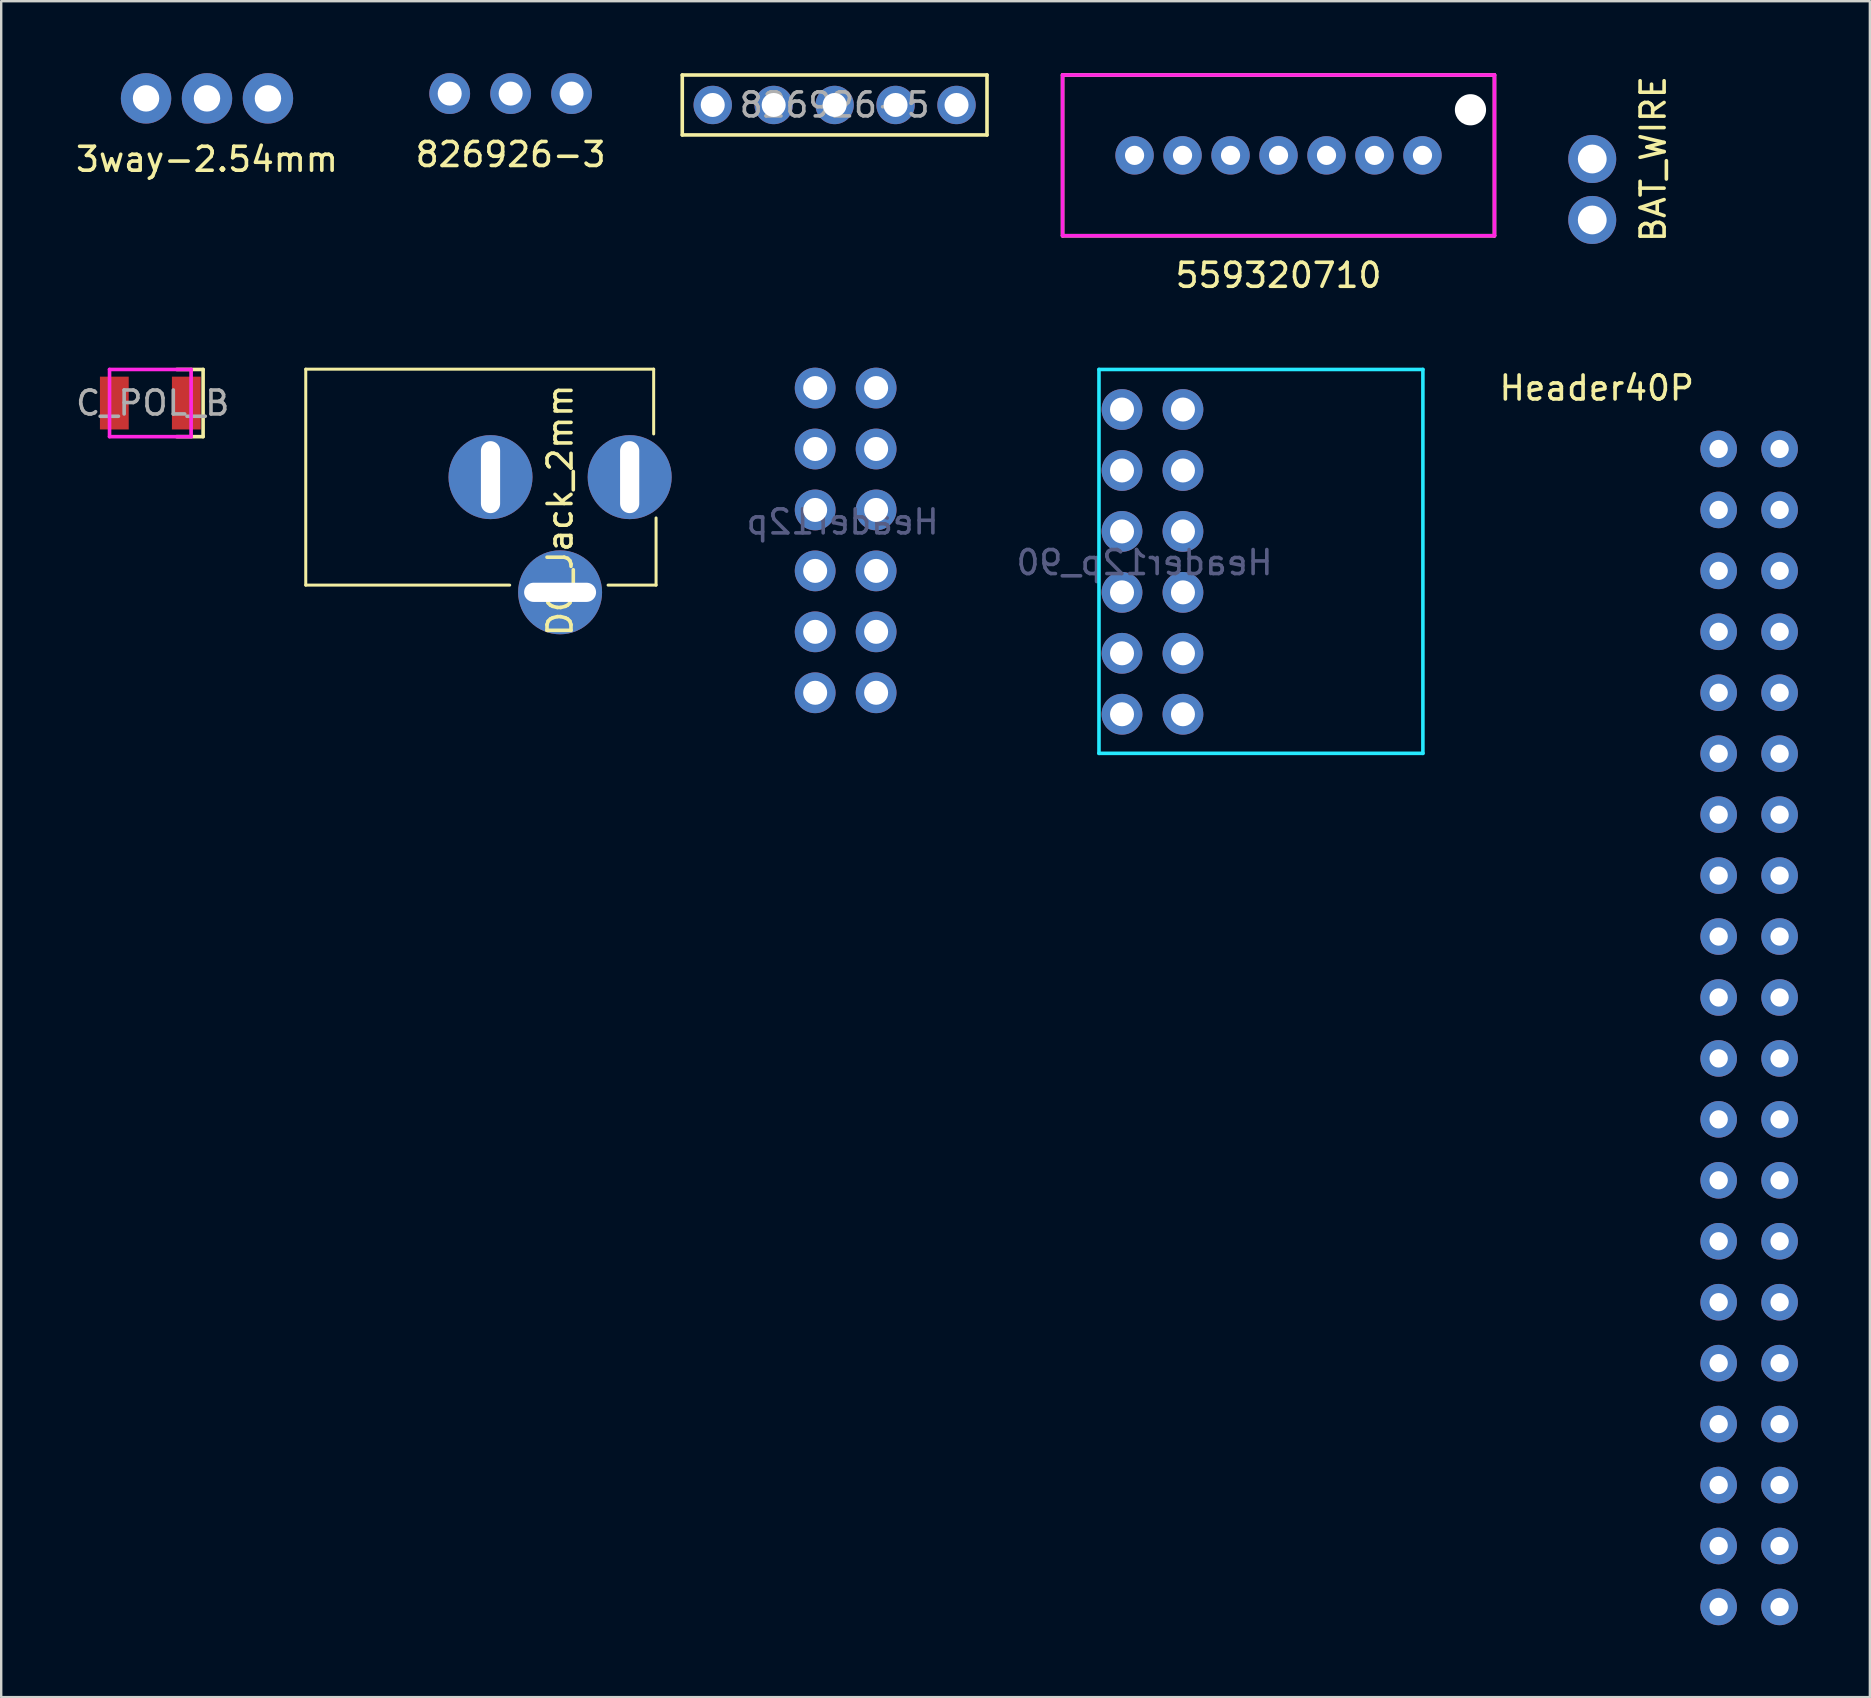
<source format=kicad_pcb>
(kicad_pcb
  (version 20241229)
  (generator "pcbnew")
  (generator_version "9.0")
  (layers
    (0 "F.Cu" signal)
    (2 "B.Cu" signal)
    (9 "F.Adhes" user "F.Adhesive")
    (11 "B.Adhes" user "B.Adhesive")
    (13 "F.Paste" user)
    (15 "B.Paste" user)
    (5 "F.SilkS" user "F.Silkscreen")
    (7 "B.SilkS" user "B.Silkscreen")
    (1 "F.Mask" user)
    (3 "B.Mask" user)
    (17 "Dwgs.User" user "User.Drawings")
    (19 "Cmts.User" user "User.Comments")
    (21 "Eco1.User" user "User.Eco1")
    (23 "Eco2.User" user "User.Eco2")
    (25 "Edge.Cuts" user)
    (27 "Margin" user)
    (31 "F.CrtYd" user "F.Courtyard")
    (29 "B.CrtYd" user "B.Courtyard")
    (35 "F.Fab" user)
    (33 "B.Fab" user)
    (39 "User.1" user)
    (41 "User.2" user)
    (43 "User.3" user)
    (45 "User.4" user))
  (footprint "826926-5"
    (layer "F.Cu")
    (at 31.735 1.325)
    (property "Reference" "826926-5" (at 0 0 0) (layer "F.Fab") (effects (font (size 1 1) (thickness 0.15))))
    (attr through_hole)
    (fp_line (start -6.35 -1.25) (end -6.35 1.25) (stroke (width 0.15) (type solid)) (layer "F.SilkS"))
    (fp_line (start -6.35 -1.25) (end 6.35 -1.25) (stroke (width 0.15) (type solid)) (layer "F.SilkS"))
    (fp_line (start -6.35 1.25) (end 6.35 1.25) (stroke (width 0.15) (type solid)) (layer "F.SilkS"))
    (fp_line (start 6.35 -1.25) (end 6.35 1.25) (stroke (width 0.15) (type solid)) (layer "F.SilkS"))
    (pad "1" thru_hole circle (at -5.08 0) (size 1.6 1.6) (drill 1) (layers "*.Cu" "*.Mask"))
    (pad "2" thru_hole circle (at -2.54 0) (size 1.6 1.6) (drill 1) (layers "*.Cu" "*.Mask"))
    (pad "3" thru_hole circle (at 0 0) (size 1.6 1.6) (drill 1) (layers "*.Cu" "*.Mask"))
    (pad "4" thru_hole circle (at 2.54 0) (size 1.6 1.6) (drill 1) (layers "*.Cu" "*.Mask"))
    (pad "5" thru_hole circle (at 5.08 0) (size 1.6 1.6) (drill 1) (layers "*.Cu" "*.Mask")))
  (footprint "559320710"
    (layer "F.Cu")
    (at 50.235 3.425)
    (property "Reference" "559320710" (at 0 5 0) (layer "F.SilkS") (effects (font (size 1 1) (thickness 0.15))))
    (attr through_hole)
    (fp_line (start -9 -3.35) (end 9 -3.35) (stroke (width 0.15) (type solid)) (layer "F.SilkS"))
    (fp_line (start -9 3.35) (end -9 -3.35) (stroke (width 0.15) (type solid)) (layer "F.SilkS"))
    (fp_line (start -9 3.35) (end 9 3.35) (stroke (width 0.15) (type solid)) (layer "F.SilkS"))
    (fp_line (start 9 3.35) (end 9 -3.35) (stroke (width 0.15) (type solid)) (layer "F.SilkS"))
    (fp_line (start -9 -3.35) (end 9 -3.35) (stroke (width 0.15) (type solid)) (layer "F.CrtYd"))
    (fp_line (start -9 3.35) (end -9 -3.35) (stroke (width 0.15) (type solid)) (layer "F.CrtYd"))
    (fp_line (start -9 3.35) (end 9 3.35) (stroke (width 0.15) (type solid)) (layer "F.CrtYd"))
    (fp_line (start 9 3.35) (end 9 -3.35) (stroke (width 0.15) (type solid)) (layer "F.CrtYd"))
    (pad "" np_thru_hole circle (at 8 -1.9) (size 1.3 1.3) (drill 1.3) (layers "*.Cu" "*.Mask"))
    (pad "1" thru_hole circle (at -6 0) (size 1.6 1.6) (drill 0.8) (layers "*.Cu" "*.Mask"))
    (pad "2" thru_hole circle (at -4 0) (size 1.6 1.6) (drill 0.8) (layers "*.Cu" "*.Mask"))
    (pad "3" thru_hole circle (at -2 0) (size 1.6 1.6) (drill 0.8) (layers "*.Cu" "*.Mask"))
    (pad "4" thru_hole circle (at 0 0) (size 1.6 1.6) (drill 0.8) (layers "*.Cu" "*.Mask"))
    (pad "5" thru_hole circle (at 2 0) (size 1.6 1.6) (drill 0.8) (layers "*.Cu" "*.Mask"))
    (pad "6" thru_hole circle (at 4 0) (size 1.6 1.6) (drill 0.8) (layers "*.Cu" "*.Mask"))
    (pad "7" thru_hole circle (at 6 0) (size 1.6 1.6) (drill 0.8) (layers "*.Cu" "*.Mask")))
  (footprint "C_POL_B"
    (layer "F.Cu")
    (at 3.215 13.748)
    (property "Reference" "C_POL_B" (at 0.1 0 0) (layer "F.Fab") (effects (font (size 1 1) (thickness 0.15))))
    (attr through_hole)
    (fp_line (start 1.1 -1.4) (end 2.2 -1.4) (stroke (width 0.15) (type solid)) (layer "F.SilkS"))
    (fp_line (start 2.2 -1.4) (end 2.2 1.4) (stroke (width 0.15) (type solid)) (layer "F.SilkS"))
    (fp_line (start 2.2 1.4) (end 1.1 1.4) (stroke (width 0.15) (type solid)) (layer "F.SilkS"))
    (fp_line (start -1.7 -1.4) (end 1.7 -1.4) (stroke (width 0.15) (type solid)) (layer "F.CrtYd"))
    (fp_line (start -1.7 1.4) (end -1.7 -1.4) (stroke (width 0.15) (type solid)) (layer "F.CrtYd"))
    (fp_line (start 1.7 -1.4) (end 1.7 1.4) (stroke (width 0.15) (type solid)) (layer "F.CrtYd"))
    (fp_line (start 1.7 1.4) (end -1.7 1.4) (stroke (width 0.15) (type solid)) (layer "F.CrtYd"))
    (fp_line (start -1.7 -1.4) (end 1.7 -1.4) (stroke (width 0.1) (type solid)) (layer "F.Fab"))
    (fp_line (start -1.7 1.4) (end -1.7 -1.4) (stroke (width 0.1) (type solid)) (layer "F.Fab"))
    (fp_line (start 1.7 -1.4) (end 1.7 1.4) (stroke (width 0.1) (type solid)) (layer "F.Fab"))
    (fp_line (start 1.7 1.4) (end -1.7 1.4) (stroke (width 0.1) (type solid)) (layer "F.Fab"))
    (pad "1" smd rect (at 1.5 0) (size 1.2 2.2) (layers "F.Cu" "F.Mask" "F.Paste"))
    (pad "2" smd rect (at -1.5 0) (size 1.2 2.2) (layers "F.Cu" "F.Mask" "F.Paste")))
  (footprint "BAT_WIRE"
    (layer "F.Cu")
    (at 63.475 5.076)
    (property "Reference" "BAT_WIRE" (at 2.375 -1.499 90) (layer "F.SilkS") (effects (font (size 1 1) (thickness 0.15))))
    (attr through_hole)
    (pad "1" thru_hole circle (at -0.165 -1.499) (size 2 2) (drill 1.2) (layers "*.Cu" "*.Mask"))
    (pad "2" thru_hole circle (at -0.165 1.041) (size 2 2) (drill 1.2) (layers "*.Cu" "*.Mask")))
  (footprint "3way-2.54mm"
    (layer "F.Cu")
    (at 5.577 1.05)
    (property "Reference" "3way-2.54mm" (at 0 2.54 0) (layer "F.SilkS") (effects (font (size 1 1) (thickness 0.15))))
    (attr through_hole)
    (pad "1" thru_hole circle (at -2.54 0) (size 2.1 2.1) (drill 1.1) (layers "*.Cu" "*.Mask"))
    (pad "2" thru_hole circle (at 0 0) (size 2.1 2.1) (drill 1.1) (layers "*.Cu" "*.Mask"))
    (pad "3" thru_hole circle (at 2.54 0) (size 2.1 2.1) (drill 1.1) (layers "*.Cu" "*.Mask")))
  (footprint "826926-3"
    (layer "F.Cu")
    (at 18.232 0.85)
    (property "Reference" "826926-3" (at 0 2.54 0) (layer "F.SilkS") (effects (font (size 1 1) (thickness 0.15))))
    (attr through_hole)
    (pad "1" thru_hole circle (at -2.54 0) (size 1.7 1.7) (drill 1) (layers "*.Cu" "*.Mask"))
    (pad "2" thru_hole circle (at 0 0) (size 1.7 1.7) (drill 1) (layers "*.Cu" "*.Mask"))
    (pad "3" thru_hole circle (at 2.54 0) (size 1.7 1.7) (drill 1) (layers "*.Cu" "*.Mask")))
  (footprint "Header40P"
    (layer "F.Cu")
    (at 68.579 15.662)
    (property "Reference" "Header40P" (at -5.08 -2.54 0) (layer "F.SilkS") (effects (font (size 1 1) (thickness 0.15))))
    (attr through_hole)
    (pad "1" thru_hole circle (at 0 0) (size 1.524 1.524) (drill 0.762) (layers "*.Cu" "*.Mask"))
    (pad "2" thru_hole circle (at 2.54 0) (size 1.524 1.524) (drill 0.762) (layers "*.Cu" "*.Mask"))
    (pad "3" thru_hole circle (at 0 2.54) (size 1.524 1.524) (drill 0.762) (layers "*.Cu" "*.Mask"))
    (pad "4" thru_hole circle (at 2.54 2.54) (size 1.524 1.524) (drill 0.762) (layers "*.Cu" "*.Mask"))
    (pad "5" thru_hole circle (at 0 5.08) (size 1.524 1.524) (drill 0.762) (layers "*.Cu" "*.Mask"))
    (pad "6" thru_hole circle (at 2.54 5.08) (size 1.524 1.524) (drill 0.762) (layers "*.Cu" "*.Mask"))
    (pad "7" thru_hole circle (at 0 7.62) (size 1.524 1.524) (drill 0.762) (layers "*.Cu" "*.Mask"))
    (pad "8" thru_hole circle (at 2.54 7.62) (size 1.524 1.524) (drill 0.762) (layers "*.Cu" "*.Mask"))
    (pad "9" thru_hole circle (at 0 10.16) (size 1.524 1.524) (drill 0.762) (layers "*.Cu" "*.Mask"))
    (pad "10" thru_hole circle (at 2.54 10.16) (size 1.524 1.524) (drill 0.762) (layers "*.Cu" "*.Mask"))
    (pad "11" thru_hole circle (at 0 12.7) (size 1.524 1.524) (drill 0.762) (layers "*.Cu" "*.Mask"))
    (pad "12" thru_hole circle (at 2.54 12.7) (size 1.524 1.524) (drill 0.762) (layers "*.Cu" "*.Mask"))
    (pad "13" thru_hole circle (at 0 15.24) (size 1.524 1.524) (drill 0.762) (layers "*.Cu" "*.Mask"))
    (pad "14" thru_hole circle (at 2.54 15.24) (size 1.524 1.524) (drill 0.762) (layers "*.Cu" "*.Mask"))
    (pad "15" thru_hole circle (at 0 17.78) (size 1.524 1.524) (drill 0.762) (layers "*.Cu" "*.Mask"))
    (pad "16" thru_hole circle (at 2.54 17.78) (size 1.524 1.524) (drill 0.762) (layers "*.Cu" "*.Mask"))
    (pad "17" thru_hole circle (at 0 20.32) (size 1.524 1.524) (drill 0.762) (layers "*.Cu" "*.Mask"))
    (pad "18" thru_hole circle (at 2.54 20.32) (size 1.524 1.524) (drill 0.762) (layers "*.Cu" "*.Mask"))
    (pad "19" thru_hole circle (at 0 22.86) (size 1.524 1.524) (drill 0.762) (layers "*.Cu" "*.Mask"))
    (pad "20" thru_hole circle (at 2.54 22.86) (size 1.524 1.524) (drill 0.762) (layers "*.Cu" "*.Mask"))
    (pad "21" thru_hole circle (at 0 25.4) (size 1.524 1.524) (drill 0.762) (layers "*.Cu" "*.Mask"))
    (pad "22" thru_hole circle (at 2.54 25.4) (size 1.524 1.524) (drill 0.762) (layers "*.Cu" "*.Mask"))
    (pad "23" thru_hole circle (at 0 27.94) (size 1.524 1.524) (drill 0.762) (layers "*.Cu" "*.Mask"))
    (pad "24" thru_hole circle (at 2.54 27.94) (size 1.524 1.524) (drill 0.762) (layers "*.Cu" "*.Mask"))
    (pad "25" thru_hole circle (at 0 30.48) (size 1.524 1.524) (drill 0.762) (layers "*.Cu" "*.Mask"))
    (pad "26" thru_hole circle (at 2.54 30.48) (size 1.524 1.524) (drill 0.762) (layers "*.Cu" "*.Mask"))
    (pad "27" thru_hole circle (at 0 33.02) (size 1.524 1.524) (drill 0.762) (layers "*.Cu" "*.Mask"))
    (pad "28" thru_hole circle (at 2.54 33.02) (size 1.524 1.524) (drill 0.762) (layers "*.Cu" "*.Mask"))
    (pad "29" thru_hole circle (at 0 35.56) (size 1.524 1.524) (drill 0.762) (layers "*.Cu" "*.Mask"))
    (pad "30" thru_hole circle (at 2.54 35.56) (size 1.524 1.524) (drill 0.762) (layers "*.Cu" "*.Mask"))
    (pad "31" thru_hole circle (at 0 38.1) (size 1.524 1.524) (drill 0.762) (layers "*.Cu" "*.Mask"))
    (pad "32" thru_hole circle (at 2.54 38.1) (size 1.524 1.524) (drill 0.762) (layers "*.Cu" "*.Mask"))
    (pad "33" thru_hole circle (at 0 40.64) (size 1.524 1.524) (drill 0.762) (layers "*.Cu" "*.Mask"))
    (pad "34" thru_hole circle (at 2.54 40.64) (size 1.524 1.524) (drill 0.762) (layers "*.Cu" "*.Mask"))
    (pad "35" thru_hole circle (at 0 43.18) (size 1.524 1.524) (drill 0.762) (layers "*.Cu" "*.Mask"))
    (pad "36" thru_hole circle (at 2.54 43.18) (size 1.524 1.524) (drill 0.762) (layers "*.Cu" "*.Mask"))
    (pad "37" thru_hole circle (at 0 45.72) (size 1.524 1.524) (drill 0.762) (layers "*.Cu" "*.Mask"))
    (pad "38" thru_hole circle (at 2.54 45.72) (size 1.524 1.524) (drill 0.762) (layers "*.Cu" "*.Mask"))
    (pad "39" thru_hole circle (at 0 48.26) (size 1.524 1.524) (drill 0.762) (layers "*.Cu" "*.Mask"))
    (pad "40" thru_hole circle (at 2.54 48.26) (size 1.524 1.524) (drill 0.762) (layers "*.Cu" "*.Mask")))
  (footprint "Header12p_90"
    (layer "F.Cu")
    (at 46.252 19.098)
    (property "Reference" "Header12p_90" (at -1.6 1.3 0) (layer "B.Fab") (effects (font (size 1 1) (thickness 0.15)) (justify mirror)))
    (attr through_hole)
    (fp_line (start -3.5 -6.75) (end 10 -6.75) (stroke (width 0.15) (type solid)) (layer "B.CrtYd"))
    (fp_line (start -3.5 9.25) (end -3.5 -6.75) (stroke (width 0.15) (type solid)) (layer "B.CrtYd"))
    (fp_line (start 10 -6.75) (end 10 9.25) (stroke (width 0.15) (type solid)) (layer "B.CrtYd"))
    (fp_line (start 10 9.25) (end -3.5 9.25) (stroke (width 0.15) (type solid)) (layer "B.CrtYd"))
    (pad "1" thru_hole circle (at -2.54 -5.08) (size 1.7 1.7) (drill 1) (layers "*.Cu" "*.Mask"))
    (pad "2" thru_hole circle (at 0 -5.08) (size 1.7 1.7) (drill 1) (layers "*.Cu" "*.Mask"))
    (pad "3" thru_hole circle (at -2.54 -2.54) (size 1.7 1.7) (drill 1) (layers "*.Cu" "*.Mask"))
    (pad "4" thru_hole circle (at 0 -2.54) (size 1.7 1.7) (drill 1) (layers "*.Cu" "*.Mask"))
    (pad "5" thru_hole circle (at -2.54 0) (size 1.7 1.7) (drill 1) (layers "*.Cu" "*.Mask"))
    (pad "6" thru_hole circle (at 0 0) (size 1.7 1.7) (drill 1) (layers "*.Cu" "*.Mask"))
    (pad "7" thru_hole circle (at -2.54 2.54) (size 1.7 1.7) (drill 1) (layers "*.Cu" "*.Mask"))
    (pad "8" thru_hole circle (at 0 2.54) (size 1.7 1.7) (drill 1) (layers "*.Cu" "*.Mask"))
    (pad "9" thru_hole circle (at -2.54 5.08) (size 1.7 1.7) (drill 1) (layers "*.Cu" "*.Mask"))
    (pad "10" thru_hole circle (at 0 5.08) (size 1.7 1.7) (drill 1) (layers "*.Cu" "*.Mask"))
    (pad "11" thru_hole circle (at -2.54 7.62) (size 1.7 1.7) (drill 1) (layers "*.Cu" "*.Mask"))
    (pad "12" thru_hole circle (at 0 7.62) (size 1.7 1.7) (drill 1) (layers "*.Cu" "*.Mask")))
  (footprint "Header12p"
    (layer "F.Cu")
    (at 33.464 18.203)
    (property "Reference" "Header12p" (at -1.396 0.5 0) (layer "B.Fab") (effects (font (size 1 1) (thickness 0.15)) (justify mirror)))
    (attr through_hole)
    (pad "1" thru_hole circle (at -2.54 -5.08) (size 1.7 1.7) (drill 1) (layers "*.Cu" "*.Mask"))
    (pad "2" thru_hole circle (at 0 -5.08) (size 1.7 1.7) (drill 1) (layers "*.Cu" "*.Mask"))
    (pad "3" thru_hole circle (at -2.54 -2.54) (size 1.7 1.7) (drill 1) (layers "*.Cu" "*.Mask"))
    (pad "4" thru_hole circle (at 0 -2.54) (size 1.7 1.7) (drill 1) (layers "*.Cu" "*.Mask"))
    (pad "5" thru_hole circle (at -2.54 0) (size 1.7 1.7) (drill 1) (layers "*.Cu" "*.Mask"))
    (pad "6" thru_hole circle (at 0 0) (size 1.7 1.7) (drill 1) (layers "*.Cu" "*.Mask"))
    (pad "7" thru_hole circle (at -2.54 2.54) (size 1.7 1.7) (drill 1) (layers "*.Cu" "*.Mask"))
    (pad "8" thru_hole circle (at 0 2.54) (size 1.7 1.7) (drill 1) (layers "*.Cu" "*.Mask"))
    (pad "9" thru_hole circle (at -2.54 5.08) (size 1.7 1.7) (drill 1) (layers "*.Cu" "*.Mask"))
    (pad "10" thru_hole circle (at 0 5.08) (size 1.7 1.7) (drill 1) (layers "*.Cu" "*.Mask"))
    (pad "11" thru_hole circle (at -2.54 7.62) (size 1.7 1.7) (drill 1) (layers "*.Cu" "*.Mask"))
    (pad "12" thru_hole circle (at 0 7.62) (size 1.7 1.7) (drill 1) (layers "*.Cu" "*.Mask")))
  (footprint "DC_Jack_2mm"
    (layer "F.Cu")
    (at 20.293 19.236)
    (property "Reference" "DC_Jack_2mm" (at 0 -1.016 90) (layer "F.SilkS") (effects (font (size 1 1) (thickness 0.15))))
    (attr through_hole)
    (fp_line (start -10.6 -6.9) (end 3.9 -6.9) (stroke (width 0.125) (type solid)) (layer "F.SilkS"))
    (fp_line (start -10.6 2.1) (end -10.6 -6.9) (stroke (width 0.125) (type solid)) (layer "F.SilkS"))
    (fp_line (start -2.1 2.1) (end -10.6 2.1) (stroke (width 0.125) (type solid)) (layer "F.SilkS"))
    (fp_line (start 2 2.1) (end 4 2.1) (stroke (width 0.125) (type solid)) (layer "F.SilkS"))
    (fp_line (start 3.9 -6.9) (end 3.9 -4.2) (stroke (width 0.125) (type solid)) (layer "F.SilkS"))
    (fp_line (start 4 -0.7) (end 4 2.1) (stroke (width 0.125) (type solid)) (layer "F.SilkS"))
    (pad "1" thru_hole circle (at 2.9 -2.4 90) (size 3.5 3.5) (drill oval 3 0.8) (layers "*.Cu" "*.Mask"))
    (pad "2" thru_hole circle (at -2.9 -2.4 90) (size 3.5 3.5) (drill oval 3 0.8) (layers "*.Cu" "*.Mask"))
    (pad "3" thru_hole circle (at 0 2.4 180) (size 3.5 3.5) (drill oval 3 0.8) (layers "*.Cu" "*.Mask")))
  (gr_rect
    (start -3 -3)
    (end 74.881 67.683)
    (stroke (width 0.1) (type default))
    (fill no)
    (layer "Edge.Cuts")))
</source>
